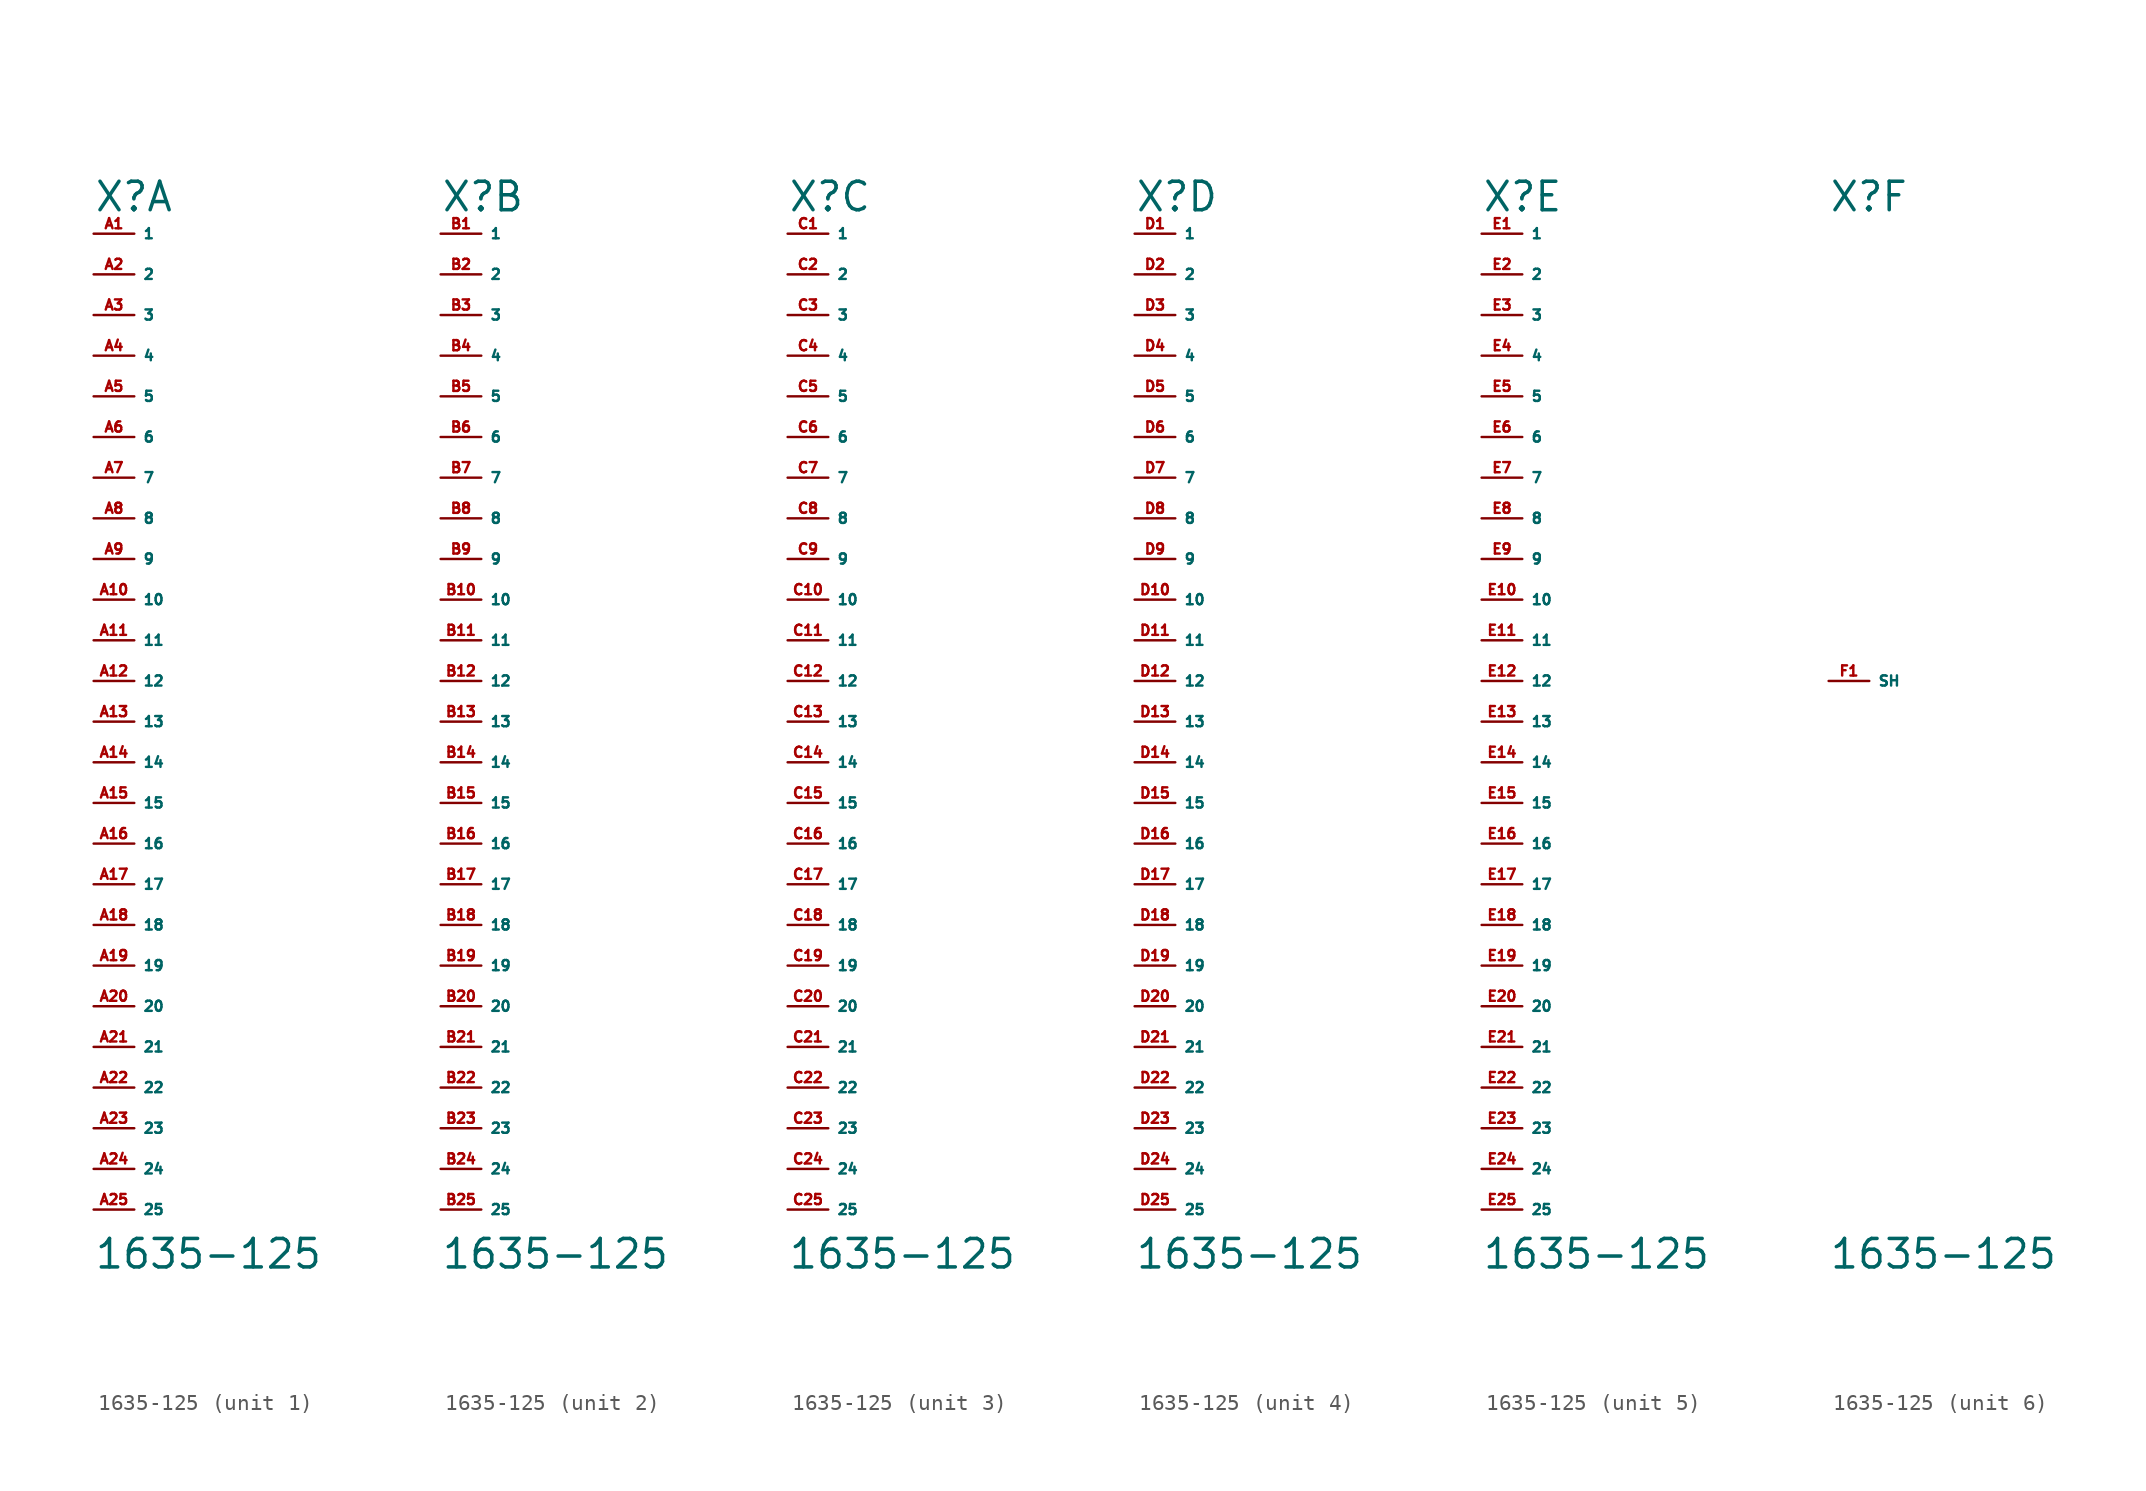
<source format=kicad_sym>
(kicad_symbol_lib
  (version 20220914)
  (generator Eagle2Kicad)
  (symbol "1635-125"
    (property "Reference" "X"
      (at -2.54 29.21 0)
      (effects (font (size 1.778 1.778) (thickness 0.22)) (justify left bottom)))
    (property "Value" "1635-125"
      (at -2.54 -36.83 0)
      (effects (font (size 1.778 1.778) (thickness 0.22)) (justify left bottom)))
    (symbol "1635-125_1_0"
      (pin passive line (at -2.54 27.94 0) (length 2.54) (name "1" (effects (font (size 0.635 0.635) (thickness 0.08)) (justify left bottom))) (number "A1" (effects (font (size 0.635 0.635) (thickness 0.08)) (justify left bottom))))
      (pin passive line (at -2.54 25.4 0) (length 2.54) (name "2" (effects (font (size 0.635 0.635) (thickness 0.08)) (justify left bottom))) (number "A2" (effects (font (size 0.635 0.635) (thickness 0.08)) (justify left bottom))))
      (pin passive line (at -2.54 22.86 0) (length 2.54) (name "3" (effects (font (size 0.635 0.635) (thickness 0.08)) (justify left bottom))) (number "A3" (effects (font (size 0.635 0.635) (thickness 0.08)) (justify left bottom))))
      (pin passive line (at -2.54 20.32 0) (length 2.54) (name "4" (effects (font (size 0.635 0.635) (thickness 0.08)) (justify left bottom))) (number "A4" (effects (font (size 0.635 0.635) (thickness 0.08)) (justify left bottom))))
      (pin passive line (at -2.54 17.78 0) (length 2.54) (name "5" (effects (font (size 0.635 0.635) (thickness 0.08)) (justify left bottom))) (number "A5" (effects (font (size 0.635 0.635) (thickness 0.08)) (justify left bottom))))
      (pin passive line (at -2.54 15.24 0) (length 2.54) (name "6" (effects (font (size 0.635 0.635) (thickness 0.08)) (justify left bottom))) (number "A6" (effects (font (size 0.635 0.635) (thickness 0.08)) (justify left bottom))))
      (pin passive line (at -2.54 12.7 0) (length 2.54) (name "7" (effects (font (size 0.635 0.635) (thickness 0.08)) (justify left bottom))) (number "A7" (effects (font (size 0.635 0.635) (thickness 0.08)) (justify left bottom))))
      (pin passive line (at -2.54 10.16 0) (length 2.54) (name "8" (effects (font (size 0.635 0.635) (thickness 0.08)) (justify left bottom))) (number "A8" (effects (font (size 0.635 0.635) (thickness 0.08)) (justify left bottom))))
      (pin passive line (at -2.54 7.62 0) (length 2.54) (name "9" (effects (font (size 0.635 0.635) (thickness 0.08)) (justify left bottom))) (number "A9" (effects (font (size 0.635 0.635) (thickness 0.08)) (justify left bottom))))
      (pin passive line (at -2.54 5.08 0) (length 2.54) (name "10" (effects (font (size 0.635 0.635) (thickness 0.08)) (justify left bottom))) (number "A10" (effects (font (size 0.635 0.635) (thickness 0.08)) (justify left bottom))))
      (pin passive line (at -2.54 2.54 0) (length 2.54) (name "11" (effects (font (size 0.635 0.635) (thickness 0.08)) (justify left bottom))) (number "A11" (effects (font (size 0.635 0.635) (thickness 0.08)) (justify left bottom))))
      (pin passive line (at -2.54 0 0) (length 2.54) (name "12" (effects (font (size 0.635 0.635) (thickness 0.08)) (justify left bottom))) (number "A12" (effects (font (size 0.635 0.635) (thickness 0.08)) (justify left bottom))))
      (pin passive line (at -2.54 -2.54 0) (length 2.54) (name "13" (effects (font (size 0.635 0.635) (thickness 0.08)) (justify left bottom))) (number "A13" (effects (font (size 0.635 0.635) (thickness 0.08)) (justify left bottom))))
      (pin passive line (at -2.54 -5.08 0) (length 2.54) (name "14" (effects (font (size 0.635 0.635) (thickness 0.08)) (justify left bottom))) (number "A14" (effects (font (size 0.635 0.635) (thickness 0.08)) (justify left bottom))))
      (pin passive line (at -2.54 -7.62 0) (length 2.54) (name "15" (effects (font (size 0.635 0.635) (thickness 0.08)) (justify left bottom))) (number "A15" (effects (font (size 0.635 0.635) (thickness 0.08)) (justify left bottom))))
      (pin passive line (at -2.54 -10.16 0) (length 2.54) (name "16" (effects (font (size 0.635 0.635) (thickness 0.08)) (justify left bottom))) (number "A16" (effects (font (size 0.635 0.635) (thickness 0.08)) (justify left bottom))))
      (pin passive line (at -2.54 -12.7 0) (length 2.54) (name "17" (effects (font (size 0.635 0.635) (thickness 0.08)) (justify left bottom))) (number "A17" (effects (font (size 0.635 0.635) (thickness 0.08)) (justify left bottom))))
      (pin passive line (at -2.54 -15.24 0) (length 2.54) (name "18" (effects (font (size 0.635 0.635) (thickness 0.08)) (justify left bottom))) (number "A18" (effects (font (size 0.635 0.635) (thickness 0.08)) (justify left bottom))))
      (pin passive line (at -2.54 -17.78 0) (length 2.54) (name "19" (effects (font (size 0.635 0.635) (thickness 0.08)) (justify left bottom))) (number "A19" (effects (font (size 0.635 0.635) (thickness 0.08)) (justify left bottom))))
      (pin passive line (at -2.54 -20.32 0) (length 2.54) (name "20" (effects (font (size 0.635 0.635) (thickness 0.08)) (justify left bottom))) (number "A20" (effects (font (size 0.635 0.635) (thickness 0.08)) (justify left bottom))))
      (pin passive line (at -2.54 -22.86 0) (length 2.54) (name "21" (effects (font (size 0.635 0.635) (thickness 0.08)) (justify left bottom))) (number "A21" (effects (font (size 0.635 0.635) (thickness 0.08)) (justify left bottom))))
      (pin passive line (at -2.54 -25.4 0) (length 2.54) (name "22" (effects (font (size 0.635 0.635) (thickness 0.08)) (justify left bottom))) (number "A22" (effects (font (size 0.635 0.635) (thickness 0.08)) (justify left bottom))))
      (pin passive line (at -2.54 -27.94 0) (length 2.54) (name "23" (effects (font (size 0.635 0.635) (thickness 0.08)) (justify left bottom))) (number "A23" (effects (font (size 0.635 0.635) (thickness 0.08)) (justify left bottom))))
      (pin passive line (at -2.54 -30.48 0) (length 2.54) (name "24" (effects (font (size 0.635 0.635) (thickness 0.08)) (justify left bottom))) (number "A24" (effects (font (size 0.635 0.635) (thickness 0.08)) (justify left bottom))))
      (pin passive line (at -2.54 -33.02 0) (length 2.54) (name "25" (effects (font (size 0.635 0.635) (thickness 0.08)) (justify left bottom))) (number "A25" (effects (font (size 0.635 0.635) (thickness 0.08)) (justify left bottom)))))
    (symbol "1635-125_2_0"
      (pin passive line (at -2.54 27.94 0) (length 2.54) (name "1" (effects (font (size 0.635 0.635) (thickness 0.08)) (justify left bottom))) (number "B1" (effects (font (size 0.635 0.635) (thickness 0.08)) (justify left bottom))))
      (pin passive line (at -2.54 25.4 0) (length 2.54) (name "2" (effects (font (size 0.635 0.635) (thickness 0.08)) (justify left bottom))) (number "B2" (effects (font (size 0.635 0.635) (thickness 0.08)) (justify left bottom))))
      (pin passive line (at -2.54 22.86 0) (length 2.54) (name "3" (effects (font (size 0.635 0.635) (thickness 0.08)) (justify left bottom))) (number "B3" (effects (font (size 0.635 0.635) (thickness 0.08)) (justify left bottom))))
      (pin passive line (at -2.54 20.32 0) (length 2.54) (name "4" (effects (font (size 0.635 0.635) (thickness 0.08)) (justify left bottom))) (number "B4" (effects (font (size 0.635 0.635) (thickness 0.08)) (justify left bottom))))
      (pin passive line (at -2.54 17.78 0) (length 2.54) (name "5" (effects (font (size 0.635 0.635) (thickness 0.08)) (justify left bottom))) (number "B5" (effects (font (size 0.635 0.635) (thickness 0.08)) (justify left bottom))))
      (pin passive line (at -2.54 15.24 0) (length 2.54) (name "6" (effects (font (size 0.635 0.635) (thickness 0.08)) (justify left bottom))) (number "B6" (effects (font (size 0.635 0.635) (thickness 0.08)) (justify left bottom))))
      (pin passive line (at -2.54 12.7 0) (length 2.54) (name "7" (effects (font (size 0.635 0.635) (thickness 0.08)) (justify left bottom))) (number "B7" (effects (font (size 0.635 0.635) (thickness 0.08)) (justify left bottom))))
      (pin passive line (at -2.54 10.16 0) (length 2.54) (name "8" (effects (font (size 0.635 0.635) (thickness 0.08)) (justify left bottom))) (number "B8" (effects (font (size 0.635 0.635) (thickness 0.08)) (justify left bottom))))
      (pin passive line (at -2.54 7.62 0) (length 2.54) (name "9" (effects (font (size 0.635 0.635) (thickness 0.08)) (justify left bottom))) (number "B9" (effects (font (size 0.635 0.635) (thickness 0.08)) (justify left bottom))))
      (pin passive line (at -2.54 5.08 0) (length 2.54) (name "10" (effects (font (size 0.635 0.635) (thickness 0.08)) (justify left bottom))) (number "B10" (effects (font (size 0.635 0.635) (thickness 0.08)) (justify left bottom))))
      (pin passive line (at -2.54 2.54 0) (length 2.54) (name "11" (effects (font (size 0.635 0.635) (thickness 0.08)) (justify left bottom))) (number "B11" (effects (font (size 0.635 0.635) (thickness 0.08)) (justify left bottom))))
      (pin passive line (at -2.54 0 0) (length 2.54) (name "12" (effects (font (size 0.635 0.635) (thickness 0.08)) (justify left bottom))) (number "B12" (effects (font (size 0.635 0.635) (thickness 0.08)) (justify left bottom))))
      (pin passive line (at -2.54 -2.54 0) (length 2.54) (name "13" (effects (font (size 0.635 0.635) (thickness 0.08)) (justify left bottom))) (number "B13" (effects (font (size 0.635 0.635) (thickness 0.08)) (justify left bottom))))
      (pin passive line (at -2.54 -5.08 0) (length 2.54) (name "14" (effects (font (size 0.635 0.635) (thickness 0.08)) (justify left bottom))) (number "B14" (effects (font (size 0.635 0.635) (thickness 0.08)) (justify left bottom))))
      (pin passive line (at -2.54 -7.62 0) (length 2.54) (name "15" (effects (font (size 0.635 0.635) (thickness 0.08)) (justify left bottom))) (number "B15" (effects (font (size 0.635 0.635) (thickness 0.08)) (justify left bottom))))
      (pin passive line (at -2.54 -10.16 0) (length 2.54) (name "16" (effects (font (size 0.635 0.635) (thickness 0.08)) (justify left bottom))) (number "B16" (effects (font (size 0.635 0.635) (thickness 0.08)) (justify left bottom))))
      (pin passive line (at -2.54 -12.7 0) (length 2.54) (name "17" (effects (font (size 0.635 0.635) (thickness 0.08)) (justify left bottom))) (number "B17" (effects (font (size 0.635 0.635) (thickness 0.08)) (justify left bottom))))
      (pin passive line (at -2.54 -15.24 0) (length 2.54) (name "18" (effects (font (size 0.635 0.635) (thickness 0.08)) (justify left bottom))) (number "B18" (effects (font (size 0.635 0.635) (thickness 0.08)) (justify left bottom))))
      (pin passive line (at -2.54 -17.78 0) (length 2.54) (name "19" (effects (font (size 0.635 0.635) (thickness 0.08)) (justify left bottom))) (number "B19" (effects (font (size 0.635 0.635) (thickness 0.08)) (justify left bottom))))
      (pin passive line (at -2.54 -20.32 0) (length 2.54) (name "20" (effects (font (size 0.635 0.635) (thickness 0.08)) (justify left bottom))) (number "B20" (effects (font (size 0.635 0.635) (thickness 0.08)) (justify left bottom))))
      (pin passive line (at -2.54 -22.86 0) (length 2.54) (name "21" (effects (font (size 0.635 0.635) (thickness 0.08)) (justify left bottom))) (number "B21" (effects (font (size 0.635 0.635) (thickness 0.08)) (justify left bottom))))
      (pin passive line (at -2.54 -25.4 0) (length 2.54) (name "22" (effects (font (size 0.635 0.635) (thickness 0.08)) (justify left bottom))) (number "B22" (effects (font (size 0.635 0.635) (thickness 0.08)) (justify left bottom))))
      (pin passive line (at -2.54 -27.94 0) (length 2.54) (name "23" (effects (font (size 0.635 0.635) (thickness 0.08)) (justify left bottom))) (number "B23" (effects (font (size 0.635 0.635) (thickness 0.08)) (justify left bottom))))
      (pin passive line (at -2.54 -30.48 0) (length 2.54) (name "24" (effects (font (size 0.635 0.635) (thickness 0.08)) (justify left bottom))) (number "B24" (effects (font (size 0.635 0.635) (thickness 0.08)) (justify left bottom))))
      (pin passive line (at -2.54 -33.02 0) (length 2.54) (name "25" (effects (font (size 0.635 0.635) (thickness 0.08)) (justify left bottom))) (number "B25" (effects (font (size 0.635 0.635) (thickness 0.08)) (justify left bottom)))))
    (symbol "1635-125_3_0"
      (pin passive line (at -2.54 27.94 0) (length 2.54) (name "1" (effects (font (size 0.635 0.635) (thickness 0.08)) (justify left bottom))) (number "C1" (effects (font (size 0.635 0.635) (thickness 0.08)) (justify left bottom))))
      (pin passive line (at -2.54 25.4 0) (length 2.54) (name "2" (effects (font (size 0.635 0.635) (thickness 0.08)) (justify left bottom))) (number "C2" (effects (font (size 0.635 0.635) (thickness 0.08)) (justify left bottom))))
      (pin passive line (at -2.54 22.86 0) (length 2.54) (name "3" (effects (font (size 0.635 0.635) (thickness 0.08)) (justify left bottom))) (number "C3" (effects (font (size 0.635 0.635) (thickness 0.08)) (justify left bottom))))
      (pin passive line (at -2.54 20.32 0) (length 2.54) (name "4" (effects (font (size 0.635 0.635) (thickness 0.08)) (justify left bottom))) (number "C4" (effects (font (size 0.635 0.635) (thickness 0.08)) (justify left bottom))))
      (pin passive line (at -2.54 17.78 0) (length 2.54) (name "5" (effects (font (size 0.635 0.635) (thickness 0.08)) (justify left bottom))) (number "C5" (effects (font (size 0.635 0.635) (thickness 0.08)) (justify left bottom))))
      (pin passive line (at -2.54 15.24 0) (length 2.54) (name "6" (effects (font (size 0.635 0.635) (thickness 0.08)) (justify left bottom))) (number "C6" (effects (font (size 0.635 0.635) (thickness 0.08)) (justify left bottom))))
      (pin passive line (at -2.54 12.7 0) (length 2.54) (name "7" (effects (font (size 0.635 0.635) (thickness 0.08)) (justify left bottom))) (number "C7" (effects (font (size 0.635 0.635) (thickness 0.08)) (justify left bottom))))
      (pin passive line (at -2.54 10.16 0) (length 2.54) (name "8" (effects (font (size 0.635 0.635) (thickness 0.08)) (justify left bottom))) (number "C8" (effects (font (size 0.635 0.635) (thickness 0.08)) (justify left bottom))))
      (pin passive line (at -2.54 7.62 0) (length 2.54) (name "9" (effects (font (size 0.635 0.635) (thickness 0.08)) (justify left bottom))) (number "C9" (effects (font (size 0.635 0.635) (thickness 0.08)) (justify left bottom))))
      (pin passive line (at -2.54 5.08 0) (length 2.54) (name "10" (effects (font (size 0.635 0.635) (thickness 0.08)) (justify left bottom))) (number "C10" (effects (font (size 0.635 0.635) (thickness 0.08)) (justify left bottom))))
      (pin passive line (at -2.54 2.54 0) (length 2.54) (name "11" (effects (font (size 0.635 0.635) (thickness 0.08)) (justify left bottom))) (number "C11" (effects (font (size 0.635 0.635) (thickness 0.08)) (justify left bottom))))
      (pin passive line (at -2.54 0 0) (length 2.54) (name "12" (effects (font (size 0.635 0.635) (thickness 0.08)) (justify left bottom))) (number "C12" (effects (font (size 0.635 0.635) (thickness 0.08)) (justify left bottom))))
      (pin passive line (at -2.54 -2.54 0) (length 2.54) (name "13" (effects (font (size 0.635 0.635) (thickness 0.08)) (justify left bottom))) (number "C13" (effects (font (size 0.635 0.635) (thickness 0.08)) (justify left bottom))))
      (pin passive line (at -2.54 -5.08 0) (length 2.54) (name "14" (effects (font (size 0.635 0.635) (thickness 0.08)) (justify left bottom))) (number "C14" (effects (font (size 0.635 0.635) (thickness 0.08)) (justify left bottom))))
      (pin passive line (at -2.54 -7.62 0) (length 2.54) (name "15" (effects (font (size 0.635 0.635) (thickness 0.08)) (justify left bottom))) (number "C15" (effects (font (size 0.635 0.635) (thickness 0.08)) (justify left bottom))))
      (pin passive line (at -2.54 -10.16 0) (length 2.54) (name "16" (effects (font (size 0.635 0.635) (thickness 0.08)) (justify left bottom))) (number "C16" (effects (font (size 0.635 0.635) (thickness 0.08)) (justify left bottom))))
      (pin passive line (at -2.54 -12.7 0) (length 2.54) (name "17" (effects (font (size 0.635 0.635) (thickness 0.08)) (justify left bottom))) (number "C17" (effects (font (size 0.635 0.635) (thickness 0.08)) (justify left bottom))))
      (pin passive line (at -2.54 -15.24 0) (length 2.54) (name "18" (effects (font (size 0.635 0.635) (thickness 0.08)) (justify left bottom))) (number "C18" (effects (font (size 0.635 0.635) (thickness 0.08)) (justify left bottom))))
      (pin passive line (at -2.54 -17.78 0) (length 2.54) (name "19" (effects (font (size 0.635 0.635) (thickness 0.08)) (justify left bottom))) (number "C19" (effects (font (size 0.635 0.635) (thickness 0.08)) (justify left bottom))))
      (pin passive line (at -2.54 -20.32 0) (length 2.54) (name "20" (effects (font (size 0.635 0.635) (thickness 0.08)) (justify left bottom))) (number "C20" (effects (font (size 0.635 0.635) (thickness 0.08)) (justify left bottom))))
      (pin passive line (at -2.54 -22.86 0) (length 2.54) (name "21" (effects (font (size 0.635 0.635) (thickness 0.08)) (justify left bottom))) (number "C21" (effects (font (size 0.635 0.635) (thickness 0.08)) (justify left bottom))))
      (pin passive line (at -2.54 -25.4 0) (length 2.54) (name "22" (effects (font (size 0.635 0.635) (thickness 0.08)) (justify left bottom))) (number "C22" (effects (font (size 0.635 0.635) (thickness 0.08)) (justify left bottom))))
      (pin passive line (at -2.54 -27.94 0) (length 2.54) (name "23" (effects (font (size 0.635 0.635) (thickness 0.08)) (justify left bottom))) (number "C23" (effects (font (size 0.635 0.635) (thickness 0.08)) (justify left bottom))))
      (pin passive line (at -2.54 -30.48 0) (length 2.54) (name "24" (effects (font (size 0.635 0.635) (thickness 0.08)) (justify left bottom))) (number "C24" (effects (font (size 0.635 0.635) (thickness 0.08)) (justify left bottom))))
      (pin passive line (at -2.54 -33.02 0) (length 2.54) (name "25" (effects (font (size 0.635 0.635) (thickness 0.08)) (justify left bottom))) (number "C25" (effects (font (size 0.635 0.635) (thickness 0.08)) (justify left bottom)))))
    (symbol "1635-125_4_0"
      (pin passive line (at -2.54 27.94 0) (length 2.54) (name "1" (effects (font (size 0.635 0.635) (thickness 0.08)) (justify left bottom))) (number "D1" (effects (font (size 0.635 0.635) (thickness 0.08)) (justify left bottom))))
      (pin passive line (at -2.54 25.4 0) (length 2.54) (name "2" (effects (font (size 0.635 0.635) (thickness 0.08)) (justify left bottom))) (number "D2" (effects (font (size 0.635 0.635) (thickness 0.08)) (justify left bottom))))
      (pin passive line (at -2.54 22.86 0) (length 2.54) (name "3" (effects (font (size 0.635 0.635) (thickness 0.08)) (justify left bottom))) (number "D3" (effects (font (size 0.635 0.635) (thickness 0.08)) (justify left bottom))))
      (pin passive line (at -2.54 20.32 0) (length 2.54) (name "4" (effects (font (size 0.635 0.635) (thickness 0.08)) (justify left bottom))) (number "D4" (effects (font (size 0.635 0.635) (thickness 0.08)) (justify left bottom))))
      (pin passive line (at -2.54 17.78 0) (length 2.54) (name "5" (effects (font (size 0.635 0.635) (thickness 0.08)) (justify left bottom))) (number "D5" (effects (font (size 0.635 0.635) (thickness 0.08)) (justify left bottom))))
      (pin passive line (at -2.54 15.24 0) (length 2.54) (name "6" (effects (font (size 0.635 0.635) (thickness 0.08)) (justify left bottom))) (number "D6" (effects (font (size 0.635 0.635) (thickness 0.08)) (justify left bottom))))
      (pin passive line (at -2.54 12.7 0) (length 2.54) (name "7" (effects (font (size 0.635 0.635) (thickness 0.08)) (justify left bottom))) (number "D7" (effects (font (size 0.635 0.635) (thickness 0.08)) (justify left bottom))))
      (pin passive line (at -2.54 10.16 0) (length 2.54) (name "8" (effects (font (size 0.635 0.635) (thickness 0.08)) (justify left bottom))) (number "D8" (effects (font (size 0.635 0.635) (thickness 0.08)) (justify left bottom))))
      (pin passive line (at -2.54 7.62 0) (length 2.54) (name "9" (effects (font (size 0.635 0.635) (thickness 0.08)) (justify left bottom))) (number "D9" (effects (font (size 0.635 0.635) (thickness 0.08)) (justify left bottom))))
      (pin passive line (at -2.54 5.08 0) (length 2.54) (name "10" (effects (font (size 0.635 0.635) (thickness 0.08)) (justify left bottom))) (number "D10" (effects (font (size 0.635 0.635) (thickness 0.08)) (justify left bottom))))
      (pin passive line (at -2.54 2.54 0) (length 2.54) (name "11" (effects (font (size 0.635 0.635) (thickness 0.08)) (justify left bottom))) (number "D11" (effects (font (size 0.635 0.635) (thickness 0.08)) (justify left bottom))))
      (pin passive line (at -2.54 0 0) (length 2.54) (name "12" (effects (font (size 0.635 0.635) (thickness 0.08)) (justify left bottom))) (number "D12" (effects (font (size 0.635 0.635) (thickness 0.08)) (justify left bottom))))
      (pin passive line (at -2.54 -2.54 0) (length 2.54) (name "13" (effects (font (size 0.635 0.635) (thickness 0.08)) (justify left bottom))) (number "D13" (effects (font (size 0.635 0.635) (thickness 0.08)) (justify left bottom))))
      (pin passive line (at -2.54 -5.08 0) (length 2.54) (name "14" (effects (font (size 0.635 0.635) (thickness 0.08)) (justify left bottom))) (number "D14" (effects (font (size 0.635 0.635) (thickness 0.08)) (justify left bottom))))
      (pin passive line (at -2.54 -7.62 0) (length 2.54) (name "15" (effects (font (size 0.635 0.635) (thickness 0.08)) (justify left bottom))) (number "D15" (effects (font (size 0.635 0.635) (thickness 0.08)) (justify left bottom))))
      (pin passive line (at -2.54 -10.16 0) (length 2.54) (name "16" (effects (font (size 0.635 0.635) (thickness 0.08)) (justify left bottom))) (number "D16" (effects (font (size 0.635 0.635) (thickness 0.08)) (justify left bottom))))
      (pin passive line (at -2.54 -12.7 0) (length 2.54) (name "17" (effects (font (size 0.635 0.635) (thickness 0.08)) (justify left bottom))) (number "D17" (effects (font (size 0.635 0.635) (thickness 0.08)) (justify left bottom))))
      (pin passive line (at -2.54 -15.24 0) (length 2.54) (name "18" (effects (font (size 0.635 0.635) (thickness 0.08)) (justify left bottom))) (number "D18" (effects (font (size 0.635 0.635) (thickness 0.08)) (justify left bottom))))
      (pin passive line (at -2.54 -17.78 0) (length 2.54) (name "19" (effects (font (size 0.635 0.635) (thickness 0.08)) (justify left bottom))) (number "D19" (effects (font (size 0.635 0.635) (thickness 0.08)) (justify left bottom))))
      (pin passive line (at -2.54 -20.32 0) (length 2.54) (name "20" (effects (font (size 0.635 0.635) (thickness 0.08)) (justify left bottom))) (number "D20" (effects (font (size 0.635 0.635) (thickness 0.08)) (justify left bottom))))
      (pin passive line (at -2.54 -22.86 0) (length 2.54) (name "21" (effects (font (size 0.635 0.635) (thickness 0.08)) (justify left bottom))) (number "D21" (effects (font (size 0.635 0.635) (thickness 0.08)) (justify left bottom))))
      (pin passive line (at -2.54 -25.4 0) (length 2.54) (name "22" (effects (font (size 0.635 0.635) (thickness 0.08)) (justify left bottom))) (number "D22" (effects (font (size 0.635 0.635) (thickness 0.08)) (justify left bottom))))
      (pin passive line (at -2.54 -27.94 0) (length 2.54) (name "23" (effects (font (size 0.635 0.635) (thickness 0.08)) (justify left bottom))) (number "D23" (effects (font (size 0.635 0.635) (thickness 0.08)) (justify left bottom))))
      (pin passive line (at -2.54 -30.48 0) (length 2.54) (name "24" (effects (font (size 0.635 0.635) (thickness 0.08)) (justify left bottom))) (number "D24" (effects (font (size 0.635 0.635) (thickness 0.08)) (justify left bottom))))
      (pin passive line (at -2.54 -33.02 0) (length 2.54) (name "25" (effects (font (size 0.635 0.635) (thickness 0.08)) (justify left bottom))) (number "D25" (effects (font (size 0.635 0.635) (thickness 0.08)) (justify left bottom)))))
    (symbol "1635-125_5_0"
      (pin passive line (at -2.54 27.94 0) (length 2.54) (name "1" (effects (font (size 0.635 0.635) (thickness 0.08)) (justify left bottom))) (number "E1" (effects (font (size 0.635 0.635) (thickness 0.08)) (justify left bottom))))
      (pin passive line (at -2.54 25.4 0) (length 2.54) (name "2" (effects (font (size 0.635 0.635) (thickness 0.08)) (justify left bottom))) (number "E2" (effects (font (size 0.635 0.635) (thickness 0.08)) (justify left bottom))))
      (pin passive line (at -2.54 22.86 0) (length 2.54) (name "3" (effects (font (size 0.635 0.635) (thickness 0.08)) (justify left bottom))) (number "E3" (effects (font (size 0.635 0.635) (thickness 0.08)) (justify left bottom))))
      (pin passive line (at -2.54 20.32 0) (length 2.54) (name "4" (effects (font (size 0.635 0.635) (thickness 0.08)) (justify left bottom))) (number "E4" (effects (font (size 0.635 0.635) (thickness 0.08)) (justify left bottom))))
      (pin passive line (at -2.54 17.78 0) (length 2.54) (name "5" (effects (font (size 0.635 0.635) (thickness 0.08)) (justify left bottom))) (number "E5" (effects (font (size 0.635 0.635) (thickness 0.08)) (justify left bottom))))
      (pin passive line (at -2.54 15.24 0) (length 2.54) (name "6" (effects (font (size 0.635 0.635) (thickness 0.08)) (justify left bottom))) (number "E6" (effects (font (size 0.635 0.635) (thickness 0.08)) (justify left bottom))))
      (pin passive line (at -2.54 12.7 0) (length 2.54) (name "7" (effects (font (size 0.635 0.635) (thickness 0.08)) (justify left bottom))) (number "E7" (effects (font (size 0.635 0.635) (thickness 0.08)) (justify left bottom))))
      (pin passive line (at -2.54 10.16 0) (length 2.54) (name "8" (effects (font (size 0.635 0.635) (thickness 0.08)) (justify left bottom))) (number "E8" (effects (font (size 0.635 0.635) (thickness 0.08)) (justify left bottom))))
      (pin passive line (at -2.54 7.62 0) (length 2.54) (name "9" (effects (font (size 0.635 0.635) (thickness 0.08)) (justify left bottom))) (number "E9" (effects (font (size 0.635 0.635) (thickness 0.08)) (justify left bottom))))
      (pin passive line (at -2.54 5.08 0) (length 2.54) (name "10" (effects (font (size 0.635 0.635) (thickness 0.08)) (justify left bottom))) (number "E10" (effects (font (size 0.635 0.635) (thickness 0.08)) (justify left bottom))))
      (pin passive line (at -2.54 2.54 0) (length 2.54) (name "11" (effects (font (size 0.635 0.635) (thickness 0.08)) (justify left bottom))) (number "E11" (effects (font (size 0.635 0.635) (thickness 0.08)) (justify left bottom))))
      (pin passive line (at -2.54 0 0) (length 2.54) (name "12" (effects (font (size 0.635 0.635) (thickness 0.08)) (justify left bottom))) (number "E12" (effects (font (size 0.635 0.635) (thickness 0.08)) (justify left bottom))))
      (pin passive line (at -2.54 -2.54 0) (length 2.54) (name "13" (effects (font (size 0.635 0.635) (thickness 0.08)) (justify left bottom))) (number "E13" (effects (font (size 0.635 0.635) (thickness 0.08)) (justify left bottom))))
      (pin passive line (at -2.54 -5.08 0) (length 2.54) (name "14" (effects (font (size 0.635 0.635) (thickness 0.08)) (justify left bottom))) (number "E14" (effects (font (size 0.635 0.635) (thickness 0.08)) (justify left bottom))))
      (pin passive line (at -2.54 -7.62 0) (length 2.54) (name "15" (effects (font (size 0.635 0.635) (thickness 0.08)) (justify left bottom))) (number "E15" (effects (font (size 0.635 0.635) (thickness 0.08)) (justify left bottom))))
      (pin passive line (at -2.54 -10.16 0) (length 2.54) (name "16" (effects (font (size 0.635 0.635) (thickness 0.08)) (justify left bottom))) (number "E16" (effects (font (size 0.635 0.635) (thickness 0.08)) (justify left bottom))))
      (pin passive line (at -2.54 -12.7 0) (length 2.54) (name "17" (effects (font (size 0.635 0.635) (thickness 0.08)) (justify left bottom))) (number "E17" (effects (font (size 0.635 0.635) (thickness 0.08)) (justify left bottom))))
      (pin passive line (at -2.54 -15.24 0) (length 2.54) (name "18" (effects (font (size 0.635 0.635) (thickness 0.08)) (justify left bottom))) (number "E18" (effects (font (size 0.635 0.635) (thickness 0.08)) (justify left bottom))))
      (pin passive line (at -2.54 -17.78 0) (length 2.54) (name "19" (effects (font (size 0.635 0.635) (thickness 0.08)) (justify left bottom))) (number "E19" (effects (font (size 0.635 0.635) (thickness 0.08)) (justify left bottom))))
      (pin passive line (at -2.54 -20.32 0) (length 2.54) (name "20" (effects (font (size 0.635 0.635) (thickness 0.08)) (justify left bottom))) (number "E20" (effects (font (size 0.635 0.635) (thickness 0.08)) (justify left bottom))))
      (pin passive line (at -2.54 -22.86 0) (length 2.54) (name "21" (effects (font (size 0.635 0.635) (thickness 0.08)) (justify left bottom))) (number "E21" (effects (font (size 0.635 0.635) (thickness 0.08)) (justify left bottom))))
      (pin passive line (at -2.54 -25.4 0) (length 2.54) (name "22" (effects (font (size 0.635 0.635) (thickness 0.08)) (justify left bottom))) (number "E22" (effects (font (size 0.635 0.635) (thickness 0.08)) (justify left bottom))))
      (pin passive line (at -2.54 -27.94 0) (length 2.54) (name "23" (effects (font (size 0.635 0.635) (thickness 0.08)) (justify left bottom))) (number "E23" (effects (font (size 0.635 0.635) (thickness 0.08)) (justify left bottom))))
      (pin passive line (at -2.54 -30.48 0) (length 2.54) (name "24" (effects (font (size 0.635 0.635) (thickness 0.08)) (justify left bottom))) (number "E24" (effects (font (size 0.635 0.635) (thickness 0.08)) (justify left bottom))))
      (pin passive line (at -2.54 -33.02 0) (length 2.54) (name "25" (effects (font (size 0.635 0.635) (thickness 0.08)) (justify left bottom))) (number "E25" (effects (font (size 0.635 0.635) (thickness 0.08)) (justify left bottom)))))
    (symbol "1635-125_6_0"
      (pin passive line (at -2.54 0 0) (length 2.54) (name "SH" (effects (font (size 0.635 0.635) (thickness 0.08)) (justify left bottom))) (number "F1" (effects (font (size 0.635 0.635) (thickness 0.08)) (justify left bottom)))))))
</source>
